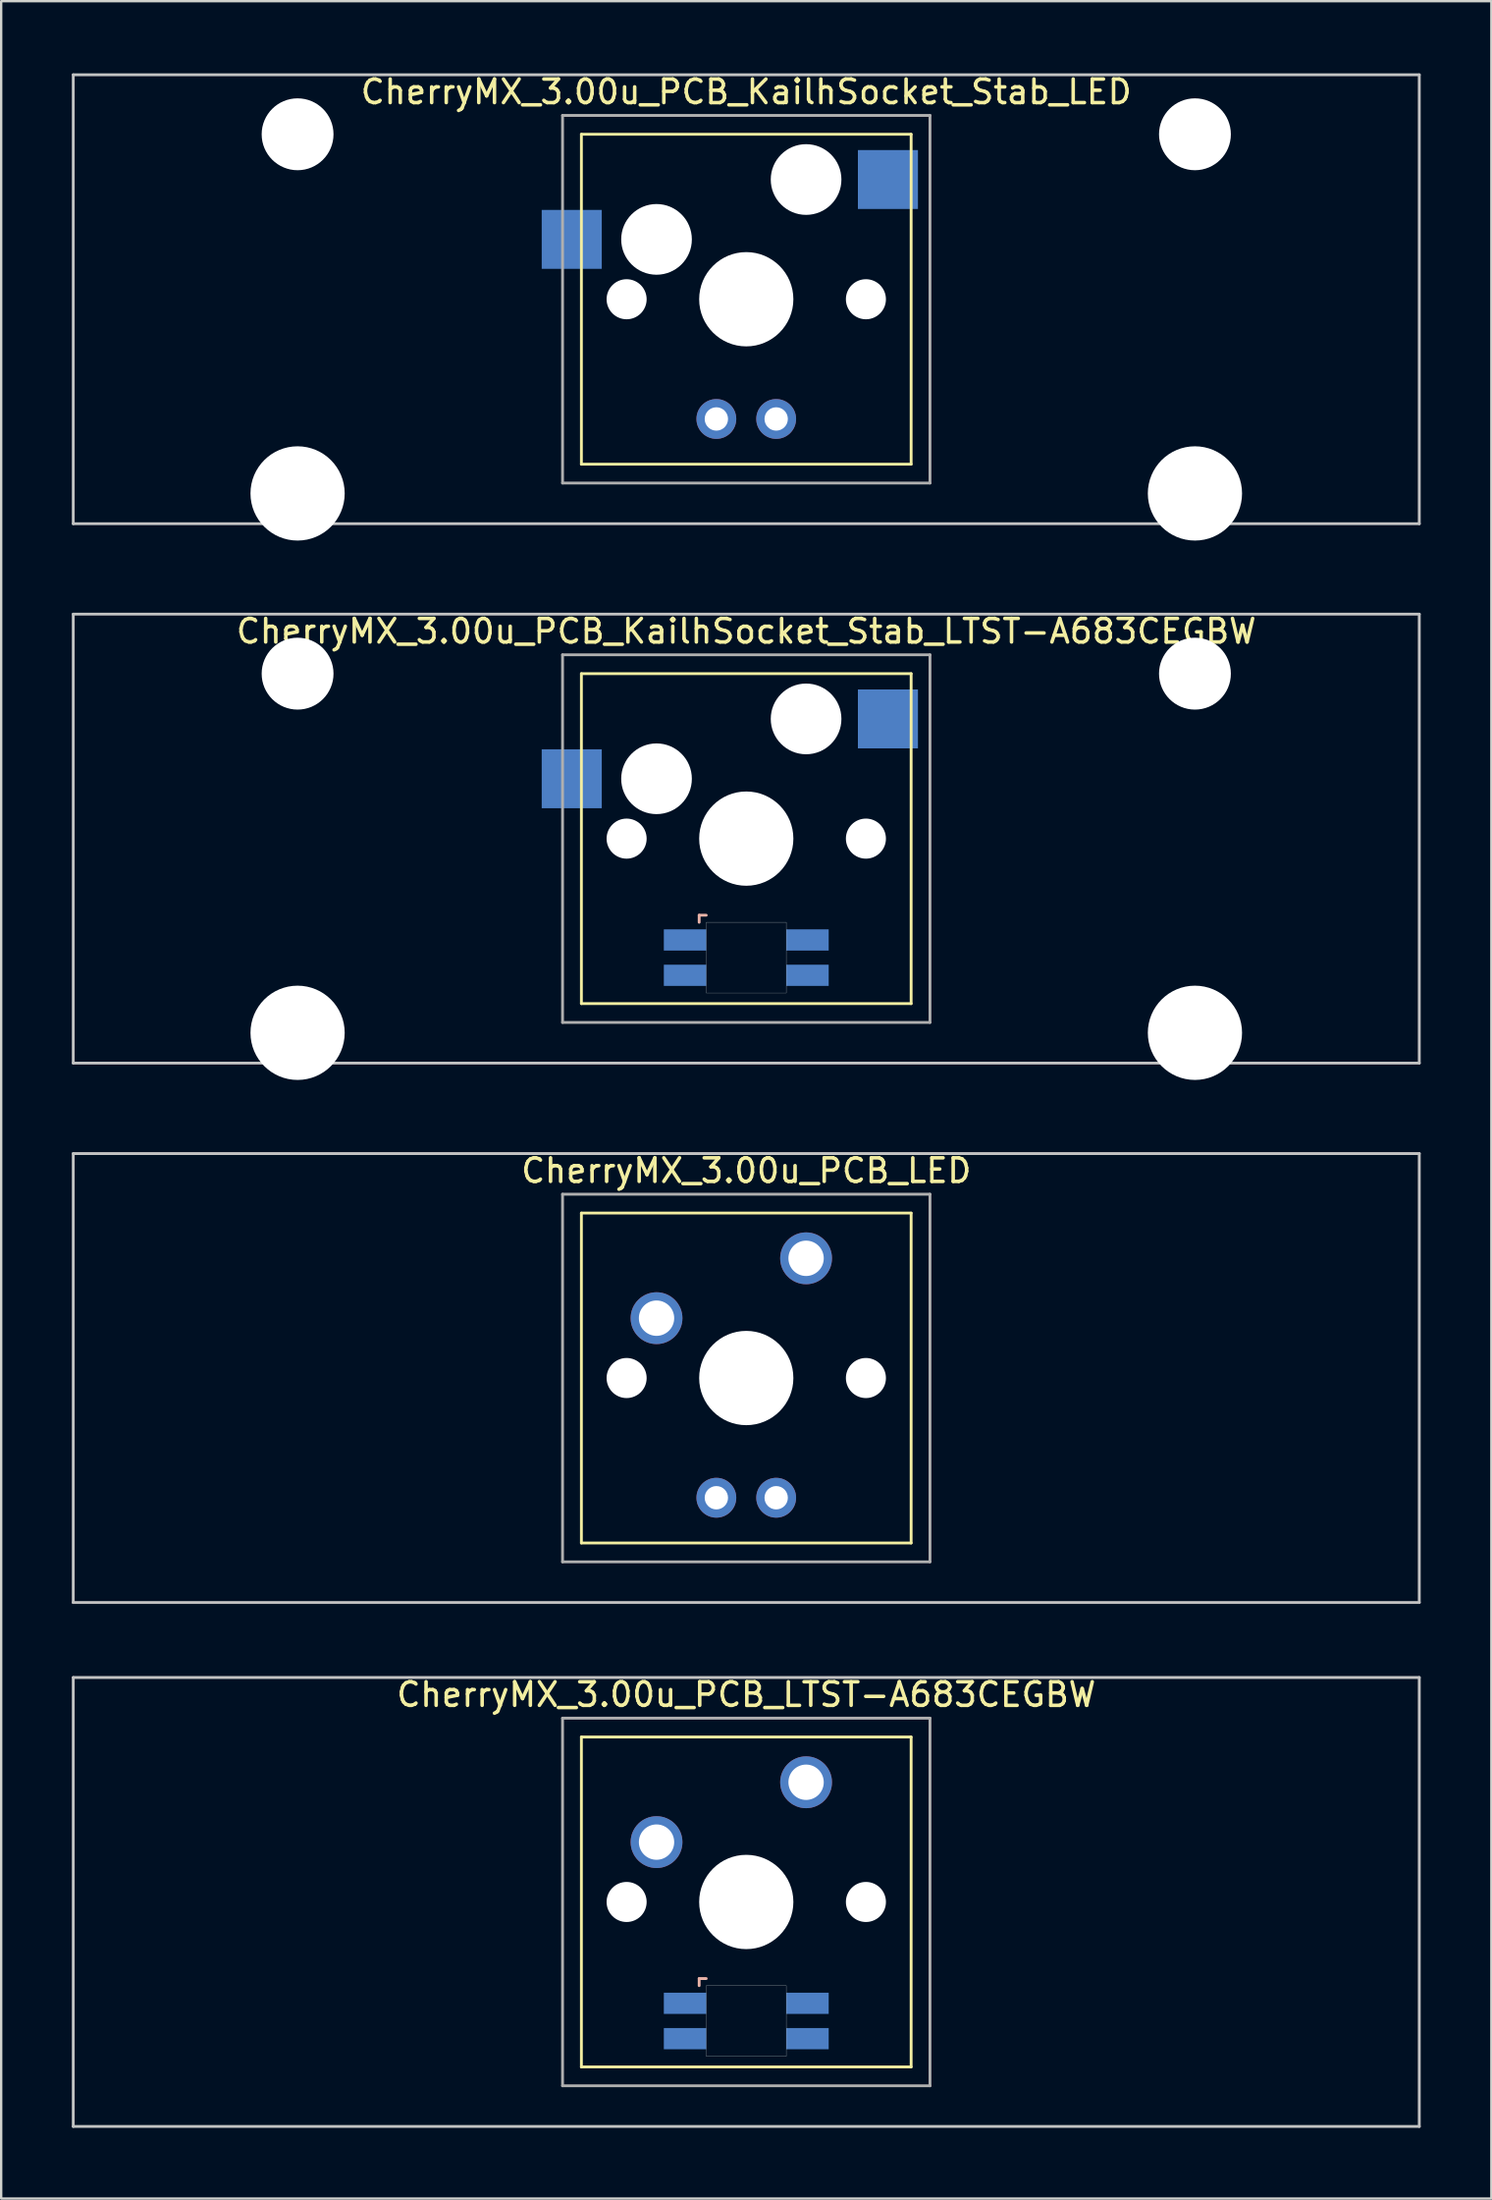
<source format=kicad_pcb>
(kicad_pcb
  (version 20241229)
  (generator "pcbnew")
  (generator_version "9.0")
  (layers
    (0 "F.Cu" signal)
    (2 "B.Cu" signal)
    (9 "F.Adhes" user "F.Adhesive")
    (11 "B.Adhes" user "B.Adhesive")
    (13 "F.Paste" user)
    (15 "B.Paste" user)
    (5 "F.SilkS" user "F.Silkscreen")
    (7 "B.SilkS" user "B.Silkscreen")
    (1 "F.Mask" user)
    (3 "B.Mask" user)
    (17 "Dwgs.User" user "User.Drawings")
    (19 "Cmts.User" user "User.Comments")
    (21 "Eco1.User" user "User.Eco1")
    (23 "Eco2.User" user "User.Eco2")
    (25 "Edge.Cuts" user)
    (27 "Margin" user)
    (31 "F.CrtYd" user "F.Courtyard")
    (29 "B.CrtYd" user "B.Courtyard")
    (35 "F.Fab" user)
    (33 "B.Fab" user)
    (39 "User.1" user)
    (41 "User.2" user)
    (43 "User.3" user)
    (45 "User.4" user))
  (footprint "CherryMX_3.00u_PCB_KailhSocket_Stab_LED"
    (layer "F.Cu")
    (at 28.635 9.648)
    (property "Reference" "CherryMX_3.00u_PCB_KailhSocket_Stab_LED" (at 0 -8.8 0) (layer "F.SilkS") (effects (font (size 1 1) (thickness 0.15))))
    (attr through_hole)
    (fp_line (start -7 -7) (end -7 7) (stroke (width 0.12) (type solid)) (layer "F.SilkS"))
    (fp_line (start -7 -7) (end 7 -7) (stroke (width 0.12) (type solid)) (layer "F.SilkS"))
    (fp_line (start 7 -7) (end 7 7) (stroke (width 0.12) (type solid)) (layer "F.SilkS"))
    (fp_line (start 7 7) (end -7 7) (stroke (width 0.12) (type solid)) (layer "F.SilkS"))
    (fp_line (start -28.575 -9.525) (end 28.575 -9.525) (stroke (width 0.12) (type solid)) (layer "Dwgs.User"))
    (fp_line (start -28.575 9.525) (end -28.575 -9.525) (stroke (width 0.12) (type solid)) (layer "Dwgs.User"))
    (fp_line (start 28.575 -9.525) (end 28.575 9.525) (stroke (width 0.12) (type solid)) (layer "Dwgs.User"))
    (fp_line (start 28.575 9.525) (end -28.575 9.525) (stroke (width 0.12) (type solid)) (layer "Dwgs.User"))
    (fp_line (start -7.8 -7.8) (end -7.8 7.8) (stroke (width 0.12) (type solid)) (layer "F.Fab"))
    (fp_line (start -7.8 -7.8) (end 7.8 -7.8) (stroke (width 0.12) (type solid)) (layer "F.Fab"))
    (fp_line (start -7.8 7.8) (end 7.8 7.8) (stroke (width 0.12) (type solid)) (layer "F.Fab"))
    (fp_line (start 7.8 -7.8) (end 7.8 7.8) (stroke (width 0.12) (type solid)) (layer "F.Fab"))
    (pad "" np_thru_hole circle (at -19.05 -7) (size 3.05 3.05) (drill 3.05) (layers "*.Cu" "*.Mask"))
    (pad "" np_thru_hole circle (at -19.05 8.24) (size 4 4) (drill 4) (layers "*.Cu" "*.Mask"))
    (pad "" np_thru_hole circle (at -5.08 0) (size 1.7 1.7) (drill 1.7) (layers "*.Cu" "*.Mask"))
    (pad "" np_thru_hole circle (at -3.81 -2.54) (size 3 3) (drill 3) (layers "*.Cu" "*.Mask"))
    (pad "" np_thru_hole circle (at 0 0) (size 4 4) (drill 4) (layers "*.Cu" "*.Mask"))
    (pad "" np_thru_hole circle (at 2.54 -5.08) (size 3 3) (drill 3) (layers "*.Cu" "*.Mask"))
    (pad "" np_thru_hole circle (at 5.08 0) (size 1.7 1.7) (drill 1.7) (layers "*.Cu" "*.Mask"))
    (pad "" np_thru_hole circle (at 19.05 -7) (size 3.05 3.05) (drill 3.05) (layers "*.Cu" "*.Mask"))
    (pad "" np_thru_hole circle (at 19.05 8.24) (size 4 4) (drill 4) (layers "*.Cu" "*.Mask"))
    (pad "1" smd rect (at -7.41 -2.54) (size 2.55 2.5) (layers "B.Cu" "B.Mask" "B.Paste"))
    (pad "2" smd rect (at 6.015 -5.08) (size 2.55 2.5) (layers "B.Cu" "B.Mask" "B.Paste"))
    (pad "3" thru_hole circle (at -1.27 5.08) (size 1.691 1.691) (drill 0.991) (layers "*.Cu" "*.Mask"))
    (pad "4" thru_hole circle (at 1.27 5.08) (size 1.691 1.691) (drill 0.991) (layers "*.Cu" "*.Mask")))
  (footprint "CherryMX_3.00u_PCB_LED"
    (layer "F.Cu")
    (at 28.635 55.425)
    (property "Reference" "CherryMX_3.00u_PCB_LED" (at 0 -8.8 0) (layer "F.SilkS") (effects (font (size 1 1) (thickness 0.15))))
    (attr through_hole)
    (fp_line (start -7 -7) (end -7 7) (stroke (width 0.12) (type solid)) (layer "F.SilkS"))
    (fp_line (start -7 -7) (end 7 -7) (stroke (width 0.12) (type solid)) (layer "F.SilkS"))
    (fp_line (start 7 -7) (end 7 7) (stroke (width 0.12) (type solid)) (layer "F.SilkS"))
    (fp_line (start 7 7) (end -7 7) (stroke (width 0.12) (type solid)) (layer "F.SilkS"))
    (fp_line (start -28.575 -9.525) (end 28.575 -9.525) (stroke (width 0.12) (type solid)) (layer "Dwgs.User"))
    (fp_line (start -28.575 9.525) (end -28.575 -9.525) (stroke (width 0.12) (type solid)) (layer "Dwgs.User"))
    (fp_line (start 28.575 -9.525) (end 28.575 9.525) (stroke (width 0.12) (type solid)) (layer "Dwgs.User"))
    (fp_line (start 28.575 9.525) (end -28.575 9.525) (stroke (width 0.12) (type solid)) (layer "Dwgs.User"))
    (fp_line (start -7.8 -7.8) (end -7.8 7.8) (stroke (width 0.12) (type solid)) (layer "F.Fab"))
    (fp_line (start -7.8 -7.8) (end 7.8 -7.8) (stroke (width 0.12) (type solid)) (layer "F.Fab"))
    (fp_line (start -7.8 7.8) (end 7.8 7.8) (stroke (width 0.12) (type solid)) (layer "F.Fab"))
    (fp_line (start 7.8 -7.8) (end 7.8 7.8) (stroke (width 0.12) (type solid)) (layer "F.Fab"))
    (pad "" np_thru_hole circle (at -5.08 0) (size 1.7 1.7) (drill 1.7) (layers "*.Cu" "*.Mask"))
    (pad "" np_thru_hole circle (at 0 0) (size 4 4) (drill 4) (layers "*.Cu" "*.Mask"))
    (pad "" np_thru_hole circle (at 5.08 0) (size 1.7 1.7) (drill 1.7) (layers "*.Cu" "*.Mask"))
    (pad "1" thru_hole circle (at -3.81 -2.54) (size 2.2 2.2) (drill 1.5) (layers "*.Cu" "*.Mask"))
    (pad "2" thru_hole circle (at 2.54 -5.08) (size 2.2 2.2) (drill 1.5) (layers "*.Cu" "*.Mask"))
    (pad "3" thru_hole circle (at -1.27 5.08) (size 1.691 1.691) (drill 0.991) (layers "*.Cu" "*.Mask"))
    (pad "4" thru_hole circle (at 1.27 5.08) (size 1.691 1.691) (drill 0.991) (layers "*.Cu" "*.Mask")))
  (footprint "CherryMX_3.00u_PCB_KailhSocket_Stab_LTST-A683CEGBW"
    (layer "F.Cu")
    (at 28.635 32.536)
    (property "Reference" "CherryMX_3.00u_PCB_KailhSocket_Stab_LTST-A683CEGBW" (at 0 -8.8 0) (layer "F.SilkS") (effects (font (size 1 1) (thickness 0.15))))
    (attr through_hole)
    (fp_line (start -7 -7) (end -7 7) (stroke (width 0.12) (type solid)) (layer "F.SilkS"))
    (fp_line (start -7 -7) (end 7 -7) (stroke (width 0.12) (type solid)) (layer "F.SilkS"))
    (fp_line (start 7 -7) (end 7 7) (stroke (width 0.12) (type solid)) (layer "F.SilkS"))
    (fp_line (start 7 7) (end -7 7) (stroke (width 0.12) (type solid)) (layer "F.SilkS"))
    (fp_line (start -2 3.25) (end -2 3.55) (stroke (width 0.12) (type solid)) (layer "B.SilkS"))
    (fp_line (start -1.7 3.25) (end -2 3.25) (stroke (width 0.12) (type solid)) (layer "B.SilkS"))
    (fp_line (start -28.575 -9.525) (end 28.575 -9.525) (stroke (width 0.12) (type solid)) (layer "Dwgs.User"))
    (fp_line (start -28.575 9.525) (end -28.575 -9.525) (stroke (width 0.12) (type solid)) (layer "Dwgs.User"))
    (fp_line (start 28.575 -9.525) (end 28.575 9.525) (stroke (width 0.12) (type solid)) (layer "Dwgs.User"))
    (fp_line (start 28.575 9.525) (end -28.575 9.525) (stroke (width 0.12) (type solid)) (layer "Dwgs.User"))
    (fp_poly (pts (xy 1.7 6.55) (xy -1.7 6.55) (xy -1.7 3.55) (xy 1.7 3.55)) (stroke (width 0.01) (type solid)) (fill no) (layer "Edge.Cuts"))
    (fp_line (start -7.8 -7.8) (end -7.8 7.8) (stroke (width 0.12) (type solid)) (layer "F.Fab"))
    (fp_line (start -7.8 -7.8) (end 7.8 -7.8) (stroke (width 0.12) (type solid)) (layer "F.Fab"))
    (fp_line (start -7.8 7.8) (end 7.8 7.8) (stroke (width 0.12) (type solid)) (layer "F.Fab"))
    (fp_line (start 7.8 -7.8) (end 7.8 7.8) (stroke (width 0.12) (type solid)) (layer "F.Fab"))
    (pad "" np_thru_hole circle (at -19.05 -7) (size 3.05 3.05) (drill 3.05) (layers "*.Cu" "*.Mask"))
    (pad "" np_thru_hole circle (at -19.05 8.24) (size 4 4) (drill 4) (layers "*.Cu" "*.Mask"))
    (pad "" np_thru_hole circle (at -5.08 0) (size 1.7 1.7) (drill 1.7) (layers "*.Cu" "*.Mask"))
    (pad "" np_thru_hole circle (at -3.81 -2.54) (size 3 3) (drill 3) (layers "*.Cu" "*.Mask"))
    (pad "" np_thru_hole circle (at 0 0) (size 4 4) (drill 4) (layers "*.Cu" "*.Mask"))
    (pad "" np_thru_hole circle (at 2.54 -5.08) (size 3 3) (drill 3) (layers "*.Cu" "*.Mask"))
    (pad "" np_thru_hole circle (at 5.08 0) (size 1.7 1.7) (drill 1.7) (layers "*.Cu" "*.Mask"))
    (pad "" np_thru_hole circle (at 19.05 -7) (size 3.05 3.05) (drill 3.05) (layers "*.Cu" "*.Mask"))
    (pad "" np_thru_hole circle (at 19.05 8.24) (size 4 4) (drill 4) (layers "*.Cu" "*.Mask"))
    (pad "1" smd rect (at -7.41 -2.54) (size 2.55 2.5) (layers "B.Cu" "B.Mask" "B.Paste"))
    (pad "2" smd rect (at 6.015 -5.08) (size 2.55 2.5) (layers "B.Cu" "B.Mask" "B.Paste"))
    (pad "3" smd rect (at -2.6 4.3) (size 1.8 0.9) (layers "B.Cu" "B.Mask" "B.Paste"))
    (pad "4" smd rect (at -2.6 5.8) (size 1.8 0.9) (layers "B.Cu" "B.Mask" "B.Paste"))
    (pad "5" smd rect (at 2.6 4.3) (size 1.8 0.9) (layers "B.Cu" "B.Mask" "B.Paste"))
    (pad "6" smd rect (at 2.6 5.8) (size 1.8 0.9) (layers "B.Cu" "B.Mask" "B.Paste")))
  (footprint "CherryMX_3.00u_PCB_LTST-A683CEGBW"
    (layer "F.Cu")
    (at 28.635 77.658)
    (property "Reference" "CherryMX_3.00u_PCB_LTST-A683CEGBW" (at 0 -8.8 0) (layer "F.SilkS") (effects (font (size 1 1) (thickness 0.15))))
    (attr through_hole)
    (fp_line (start -7 -7) (end -7 7) (stroke (width 0.12) (type solid)) (layer "F.SilkS"))
    (fp_line (start -7 -7) (end 7 -7) (stroke (width 0.12) (type solid)) (layer "F.SilkS"))
    (fp_line (start 7 -7) (end 7 7) (stroke (width 0.12) (type solid)) (layer "F.SilkS"))
    (fp_line (start 7 7) (end -7 7) (stroke (width 0.12) (type solid)) (layer "F.SilkS"))
    (fp_line (start -2 3.25) (end -2 3.55) (stroke (width 0.12) (type solid)) (layer "B.SilkS"))
    (fp_line (start -1.7 3.25) (end -2 3.25) (stroke (width 0.12) (type solid)) (layer "B.SilkS"))
    (fp_line (start -28.575 -9.525) (end 28.575 -9.525) (stroke (width 0.12) (type solid)) (layer "Dwgs.User"))
    (fp_line (start -28.575 9.525) (end -28.575 -9.525) (stroke (width 0.12) (type solid)) (layer "Dwgs.User"))
    (fp_line (start 28.575 -9.525) (end 28.575 9.525) (stroke (width 0.12) (type solid)) (layer "Dwgs.User"))
    (fp_line (start 28.575 9.525) (end -28.575 9.525) (stroke (width 0.12) (type solid)) (layer "Dwgs.User"))
    (fp_poly (pts (xy 1.7 6.55) (xy -1.7 6.55) (xy -1.7 3.55) (xy 1.7 3.55)) (stroke (width 0.01) (type solid)) (fill no) (layer "Edge.Cuts"))
    (fp_line (start -7.8 -7.8) (end -7.8 7.8) (stroke (width 0.12) (type solid)) (layer "F.Fab"))
    (fp_line (start -7.8 -7.8) (end 7.8 -7.8) (stroke (width 0.12) (type solid)) (layer "F.Fab"))
    (fp_line (start -7.8 7.8) (end 7.8 7.8) (stroke (width 0.12) (type solid)) (layer "F.Fab"))
    (fp_line (start 7.8 -7.8) (end 7.8 7.8) (stroke (width 0.12) (type solid)) (layer "F.Fab"))
    (pad "" np_thru_hole circle (at -5.08 0) (size 1.7 1.7) (drill 1.7) (layers "*.Cu" "*.Mask"))
    (pad "" np_thru_hole circle (at 0 0) (size 4 4) (drill 4) (layers "*.Cu" "*.Mask"))
    (pad "" np_thru_hole circle (at 5.08 0) (size 1.7 1.7) (drill 1.7) (layers "*.Cu" "*.Mask"))
    (pad "1" thru_hole circle (at -3.81 -2.54) (size 2.2 2.2) (drill 1.5) (layers "*.Cu" "*.Mask"))
    (pad "2" thru_hole circle (at 2.54 -5.08) (size 2.2 2.2) (drill 1.5) (layers "*.Cu" "*.Mask"))
    (pad "3" smd rect (at -2.6 4.3) (size 1.8 0.9) (layers "B.Cu" "B.Mask" "B.Paste"))
    (pad "4" smd rect (at -2.6 5.8) (size 1.8 0.9) (layers "B.Cu" "B.Mask" "B.Paste"))
    (pad "5" smd rect (at 2.6 4.3) (size 1.8 0.9) (layers "B.Cu" "B.Mask" "B.Paste"))
    (pad "6" smd rect (at 2.6 5.8) (size 1.8 0.9) (layers "B.Cu" "B.Mask" "B.Paste")))
  (gr_rect
    (start -3 -3)
    (end 60.27 90.243)
    (stroke (width 0.1) (type default))
    (fill no)
    (layer "Edge.Cuts")))
</source>
